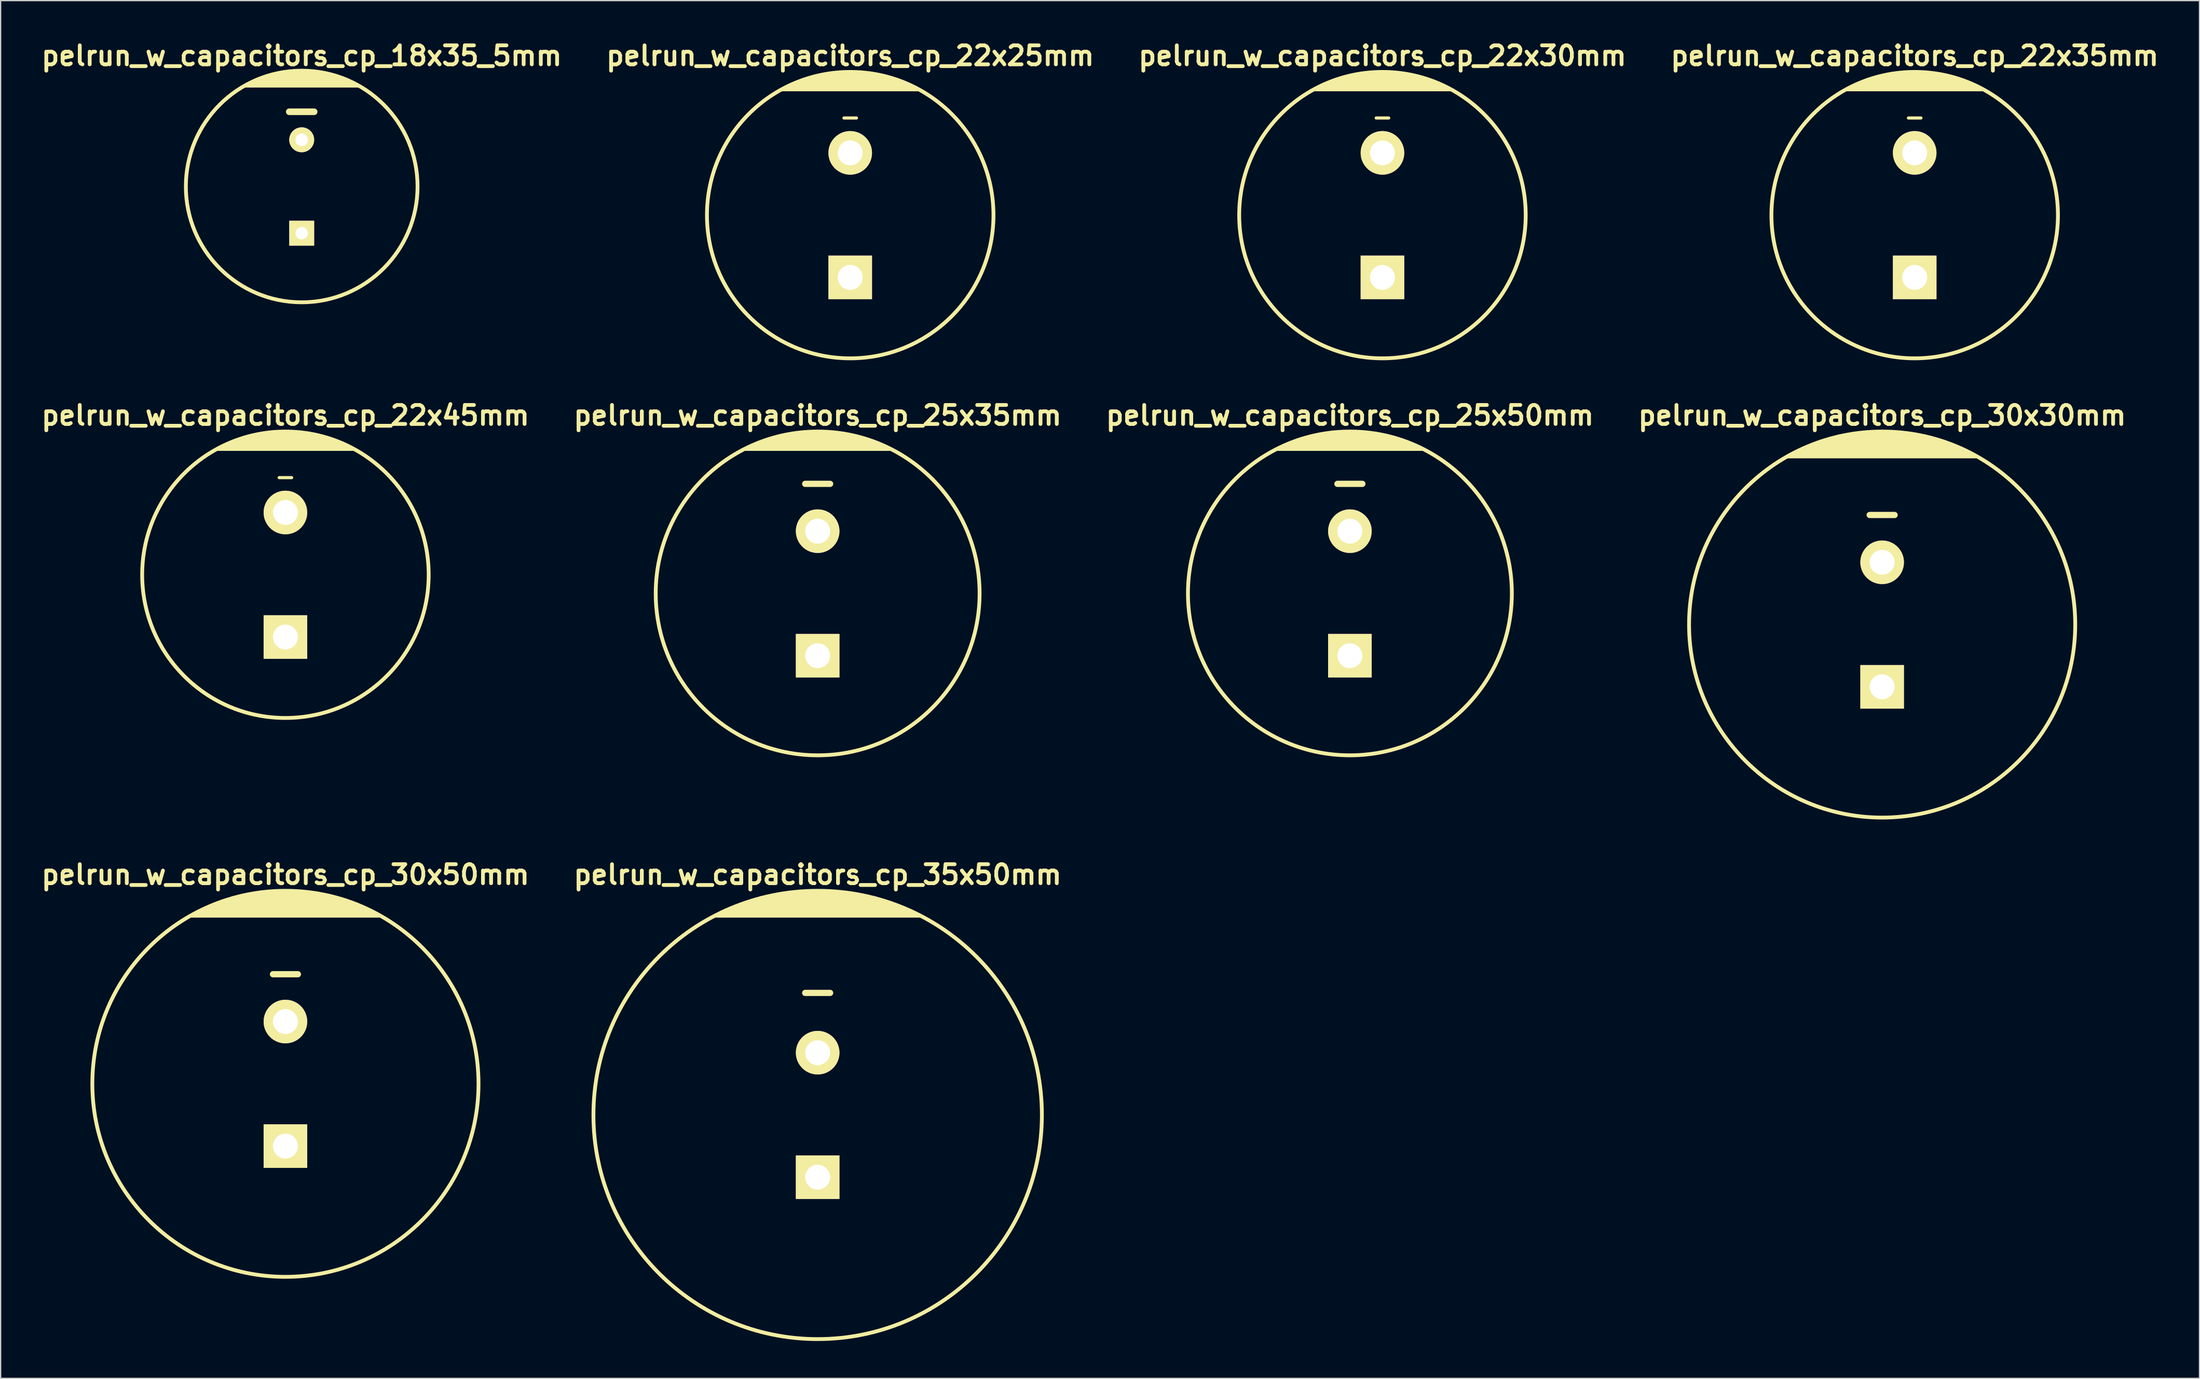
<source format=kicad_pcb>
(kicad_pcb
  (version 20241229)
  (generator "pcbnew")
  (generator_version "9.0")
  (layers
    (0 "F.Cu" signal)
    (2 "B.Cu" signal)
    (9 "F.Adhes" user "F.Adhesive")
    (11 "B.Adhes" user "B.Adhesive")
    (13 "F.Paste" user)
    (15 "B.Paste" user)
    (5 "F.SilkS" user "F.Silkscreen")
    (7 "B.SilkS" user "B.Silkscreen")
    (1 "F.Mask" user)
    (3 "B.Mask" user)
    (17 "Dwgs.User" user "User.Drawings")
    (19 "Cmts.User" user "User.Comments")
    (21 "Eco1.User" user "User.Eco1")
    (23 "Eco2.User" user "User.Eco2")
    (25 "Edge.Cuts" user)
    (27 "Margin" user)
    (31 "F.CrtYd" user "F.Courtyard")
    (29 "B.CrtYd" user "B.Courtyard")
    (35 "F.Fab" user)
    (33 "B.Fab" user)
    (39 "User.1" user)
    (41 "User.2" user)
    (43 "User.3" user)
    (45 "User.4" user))
  (footprint "pelrun_w_capacitors_cp_22x25mm"
    (layer "F.Cu")
    (at 65.201 14.226)
    (property "Reference" "pelrun_w_capacitors_cp_22x25mm" (at 0 -12.8 0) (layer "F.SilkS") (effects (font (size 1.524 1.524) (thickness 0.305))))
    (attr through_hole)
    (fp_line (start -5.4 -10.1) (end 5.4 -10.1) (stroke (width 0.305) (type solid)) (layer "F.SilkS"))
    (fp_line (start -4.5 -10.5) (end 4.5 -10.5) (stroke (width 0.305) (type solid)) (layer "F.SilkS"))
    (fp_line (start -3.5 -10.9) (end 3.5 -10.9) (stroke (width 0.305) (type solid)) (layer "F.SilkS"))
    (fp_line (start -2.9 -11.1) (end 2.9 -11.1) (stroke (width 0.305) (type solid)) (layer "F.SilkS"))
    (fp_line (start -2 -11.3) (end 2 -11.3) (stroke (width 0.305) (type solid)) (layer "F.SilkS"))
    (fp_line (start -0.5 -7.8) (end 0.5 -7.8) (stroke (width 0.254) (type solid)) (layer "F.SilkS"))
    (fp_line (start 4.1 -10.7) (end -4.1 -10.7) (stroke (width 0.305) (type solid)) (layer "F.SilkS"))
    (fp_line (start 5 -10.3) (end -5 -10.3) (stroke (width 0.305) (type solid)) (layer "F.SilkS"))
    (fp_circle (center 0 0) (end -11.5 0) (stroke (width 0.305) (type solid)) (fill no) (layer "F.SilkS"))
    (pad "1" thru_hole rect (at 0 5) (size 3.5 3.5) (drill 2) (layers "*.Cu" "*.Mask" "F.SilkS"))
    (pad "2" thru_hole circle (at 0 -5) (size 3.5 3.5) (drill 2) (layers "*.Cu" "*.Mask" "F.SilkS")))
  (footprint "pelrun_w_capacitors_cp_22x30mm"
    (layer "F.Cu")
    (at 107.927 14.226)
    (property "Reference" "pelrun_w_capacitors_cp_22x30mm" (at 0 -12.8 0) (layer "F.SilkS") (effects (font (size 1.524 1.524) (thickness 0.305))))
    (attr through_hole)
    (fp_line (start -5.4 -10.1) (end 5.4 -10.1) (stroke (width 0.305) (type solid)) (layer "F.SilkS"))
    (fp_line (start -4.5 -10.5) (end 4.5 -10.5) (stroke (width 0.305) (type solid)) (layer "F.SilkS"))
    (fp_line (start -3.5 -10.9) (end 3.5 -10.9) (stroke (width 0.305) (type solid)) (layer "F.SilkS"))
    (fp_line (start -2.9 -11.1) (end 2.9 -11.1) (stroke (width 0.305) (type solid)) (layer "F.SilkS"))
    (fp_line (start -2 -11.3) (end 2 -11.3) (stroke (width 0.305) (type solid)) (layer "F.SilkS"))
    (fp_line (start -0.5 -7.8) (end 0.5 -7.8) (stroke (width 0.254) (type solid)) (layer "F.SilkS"))
    (fp_line (start 4.1 -10.7) (end -4.1 -10.7) (stroke (width 0.305) (type solid)) (layer "F.SilkS"))
    (fp_line (start 5 -10.3) (end -5 -10.3) (stroke (width 0.305) (type solid)) (layer "F.SilkS"))
    (fp_circle (center 0 0) (end -11.5 0) (stroke (width 0.305) (type solid)) (fill no) (layer "F.SilkS"))
    (pad "1" thru_hole rect (at 0 5) (size 3.5 3.5) (drill 2) (layers "*.Cu" "*.Mask" "F.SilkS"))
    (pad "2" thru_hole circle (at 0 -5) (size 3.5 3.5) (drill 2) (layers "*.Cu" "*.Mask" "F.SilkS")))
  (footprint "pelrun_w_capacitors_cp_18x35_5mm"
    (layer "F.Cu")
    (at 21.169 11.926)
    (property "Reference" "pelrun_w_capacitors_cp_18x35_5mm" (at 0 -10.5 0) (layer "F.SilkS") (effects (font (size 1.524 1.524) (thickness 0.305))))
    (attr through_hole)
    (fp_line (start -4.5 -8.1) (end 4.5 -8.1) (stroke (width 0.305) (type solid)) (layer "F.SilkS"))
    (fp_line (start -4.1 -8.3) (end 4.1 -8.3) (stroke (width 0.305) (type solid)) (layer "F.SilkS"))
    (fp_line (start -3.2 -8.7) (end 3.2 -8.7) (stroke (width 0.305) (type solid)) (layer "F.SilkS"))
    (fp_line (start -1.8 -9.1) (end 1.8 -9.1) (stroke (width 0.305) (type solid)) (layer "F.SilkS"))
    (fp_line (start -1 -6) (end 1 -6) (stroke (width 0.53) (type solid)) (layer "F.SilkS"))
    (fp_line (start 2.6 -8.9) (end -2.6 -8.9) (stroke (width 0.305) (type solid)) (layer "F.SilkS"))
    (fp_line (start 3.7 -8.5) (end -3.7 -8.5) (stroke (width 0.305) (type solid)) (layer "F.SilkS"))
    (fp_circle (center 0 0) (end -9.3 0) (stroke (width 0.305) (type solid)) (fill no) (layer "F.SilkS"))
    (pad "1" thru_hole rect (at 0 3.75) (size 2 2) (drill 1) (layers "*.Cu" "*.Mask" "F.SilkS"))
    (pad "2" thru_hole circle (at 0 -3.75) (size 2 2) (drill 1) (layers "*.Cu" "*.Mask" "F.SilkS")))
  (footprint "pelrun_w_capacitors_cp_35x50mm"
    (layer "F.Cu")
    (at 62.588 86.484)
    (property "Reference" "pelrun_w_capacitors_cp_35x50mm" (at 0 -19.3 0) (layer "F.SilkS") (effects (font (size 1.524 1.524) (thickness 0.305))))
    (attr through_hole)
    (fp_line (start -8.2 -16) (end 8.2 -16) (stroke (width 0.305) (type solid)) (layer "F.SilkS"))
    (fp_line (start -7.8 -16.2) (end 7.8 -16.2) (stroke (width 0.305) (type solid)) (layer "F.SilkS"))
    (fp_line (start -7.4 -16.4) (end 7.4 -16.4) (stroke (width 0.305) (type solid)) (layer "F.SilkS"))
    (fp_line (start -6.9 -16.6) (end 6.9 -16.6) (stroke (width 0.305) (type solid)) (layer "F.SilkS"))
    (fp_line (start -6.4 -16.8) (end 6.4 -16.8) (stroke (width 0.305) (type solid)) (layer "F.SilkS"))
    (fp_line (start -5.9 -17) (end 5.9 -17) (stroke (width 0.305) (type solid)) (layer "F.SilkS"))
    (fp_line (start -5.2 -17.2) (end 5.2 -17.2) (stroke (width 0.305) (type solid)) (layer "F.SilkS"))
    (fp_line (start -4.6 -17.4) (end 4.6 -17.4) (stroke (width 0.305) (type solid)) (layer "F.SilkS"))
    (fp_line (start -3.7 -17.6) (end 3.7 -17.6) (stroke (width 0.305) (type solid)) (layer "F.SilkS"))
    (fp_line (start -2.6 -17.8) (end 2.6 -17.8) (stroke (width 0.305) (type solid)) (layer "F.SilkS"))
    (fp_line (start -1 -9.8) (end 1 -9.8) (stroke (width 0.5) (type solid)) (layer "F.SilkS"))
    (fp_circle (center 0 0) (end -18 0) (stroke (width 0.305) (type solid)) (fill no) (layer "F.SilkS"))
    (pad "1" thru_hole rect (at 0 5) (size 3.5 3.5) (drill 2) (layers "*.Cu" "*.Mask" "F.SilkS"))
    (pad "2" thru_hole circle (at 0 -5) (size 3.5 3.5) (drill 2) (layers "*.Cu" "*.Mask" "F.SilkS")))
  (footprint "pelrun_w_capacitors_cp_25x35mm"
    (layer "F.Cu")
    (at 62.588 44.605)
    (property "Reference" "pelrun_w_capacitors_cp_25x35mm" (at 0 -14.3 0) (layer "F.SilkS") (effects (font (size 1.524 1.524) (thickness 0.305))))
    (attr through_hole)
    (fp_line (start -5.8 -11.6) (end 5.8 -11.6) (stroke (width 0.305) (type solid)) (layer "F.SilkS"))
    (fp_line (start -4.9 -12) (end 4.9 -12) (stroke (width 0.305) (type solid)) (layer "F.SilkS"))
    (fp_line (start -3.8 -12.4) (end 3.8 -12.4) (stroke (width 0.305) (type solid)) (layer "F.SilkS"))
    (fp_line (start -2.2 -12.8) (end 2.1 -12.8) (stroke (width 0.305) (type solid)) (layer "F.SilkS"))
    (fp_line (start -1 -8.8) (end 1 -8.8) (stroke (width 0.5) (type solid)) (layer "F.SilkS"))
    (fp_line (start 3 -12.6) (end -3.1 -12.6) (stroke (width 0.305) (type solid)) (layer "F.SilkS"))
    (fp_line (start 4.4 -12.2) (end -4.4 -12.2) (stroke (width 0.305) (type solid)) (layer "F.SilkS"))
    (fp_line (start 5.4 -11.8) (end -5.3 -11.8) (stroke (width 0.305) (type solid)) (layer "F.SilkS"))
    (fp_circle (center 0 0) (end -13 0) (stroke (width 0.305) (type solid)) (fill no) (layer "F.SilkS"))
    (pad "1" thru_hole rect (at 0 5) (size 3.5 3.5) (drill 2) (layers "*.Cu" "*.Mask" "F.SilkS"))
    (pad "2" thru_hole circle (at 0 -5) (size 3.5 3.5) (drill 2) (layers "*.Cu" "*.Mask" "F.SilkS")))
  (footprint "pelrun_w_capacitors_cp_22x35mm"
    (layer "F.Cu")
    (at 150.652 14.226)
    (property "Reference" "pelrun_w_capacitors_cp_22x35mm" (at 0 -12.8 0) (layer "F.SilkS") (effects (font (size 1.524 1.524) (thickness 0.305))))
    (attr through_hole)
    (fp_line (start -5.4 -10.1) (end 5.4 -10.1) (stroke (width 0.305) (type solid)) (layer "F.SilkS"))
    (fp_line (start -4.5 -10.5) (end 4.5 -10.5) (stroke (width 0.305) (type solid)) (layer "F.SilkS"))
    (fp_line (start -3.5 -10.9) (end 3.5 -10.9) (stroke (width 0.305) (type solid)) (layer "F.SilkS"))
    (fp_line (start -2.9 -11.1) (end 2.9 -11.1) (stroke (width 0.305) (type solid)) (layer "F.SilkS"))
    (fp_line (start -2 -11.3) (end 2 -11.3) (stroke (width 0.305) (type solid)) (layer "F.SilkS"))
    (fp_line (start -0.5 -7.8) (end 0.5 -7.8) (stroke (width 0.254) (type solid)) (layer "F.SilkS"))
    (fp_line (start 4.1 -10.7) (end -4.1 -10.7) (stroke (width 0.305) (type solid)) (layer "F.SilkS"))
    (fp_line (start 5 -10.3) (end -5 -10.3) (stroke (width 0.305) (type solid)) (layer "F.SilkS"))
    (fp_circle (center 0 0) (end -11.5 0) (stroke (width 0.305) (type solid)) (fill no) (layer "F.SilkS"))
    (pad "1" thru_hole rect (at 0 5) (size 3.5 3.5) (drill 2) (layers "*.Cu" "*.Mask" "F.SilkS"))
    (pad "2" thru_hole circle (at 0 -5) (size 3.5 3.5) (drill 2) (layers "*.Cu" "*.Mask" "F.SilkS")))
  (footprint "pelrun_w_capacitors_cp_25x50mm"
    (layer "F.Cu")
    (at 105.314 44.605)
    (property "Reference" "pelrun_w_capacitors_cp_25x50mm" (at 0 -14.3 0) (layer "F.SilkS") (effects (font (size 1.524 1.524) (thickness 0.305))))
    (attr through_hole)
    (fp_line (start -5.8 -11.6) (end 5.8 -11.6) (stroke (width 0.305) (type solid)) (layer "F.SilkS"))
    (fp_line (start -4.9 -12) (end 4.9 -12) (stroke (width 0.305) (type solid)) (layer "F.SilkS"))
    (fp_line (start -3.8 -12.4) (end 3.8 -12.4) (stroke (width 0.305) (type solid)) (layer "F.SilkS"))
    (fp_line (start -2.2 -12.8) (end 2.1 -12.8) (stroke (width 0.305) (type solid)) (layer "F.SilkS"))
    (fp_line (start -1 -8.8) (end 1 -8.8) (stroke (width 0.5) (type solid)) (layer "F.SilkS"))
    (fp_line (start 3 -12.6) (end -3.1 -12.6) (stroke (width 0.305) (type solid)) (layer "F.SilkS"))
    (fp_line (start 4.4 -12.2) (end -4.4 -12.2) (stroke (width 0.305) (type solid)) (layer "F.SilkS"))
    (fp_line (start 5.4 -11.8) (end -5.3 -11.8) (stroke (width 0.305) (type solid)) (layer "F.SilkS"))
    (fp_circle (center 0 0) (end -13 0) (stroke (width 0.305) (type solid)) (fill no) (layer "F.SilkS"))
    (pad "1" thru_hole rect (at 0 5) (size 3.5 3.5) (drill 2) (layers "*.Cu" "*.Mask" "F.SilkS"))
    (pad "2" thru_hole circle (at 0 -5) (size 3.5 3.5) (drill 2) (layers "*.Cu" "*.Mask" "F.SilkS")))
  (footprint "pelrun_w_capacitors_cp_22x45mm"
    (layer "F.Cu")
    (at 19.863 43.105)
    (property "Reference" "pelrun_w_capacitors_cp_22x45mm" (at 0 -12.8 0) (layer "F.SilkS") (effects (font (size 1.524 1.524) (thickness 0.305))))
    (attr through_hole)
    (fp_line (start -5.4 -10.1) (end 5.4 -10.1) (stroke (width 0.305) (type solid)) (layer "F.SilkS"))
    (fp_line (start -4.5 -10.5) (end 4.5 -10.5) (stroke (width 0.305) (type solid)) (layer "F.SilkS"))
    (fp_line (start -3.5 -10.9) (end 3.5 -10.9) (stroke (width 0.305) (type solid)) (layer "F.SilkS"))
    (fp_line (start -2.9 -11.1) (end 2.9 -11.1) (stroke (width 0.305) (type solid)) (layer "F.SilkS"))
    (fp_line (start -2 -11.3) (end 2 -11.3) (stroke (width 0.305) (type solid)) (layer "F.SilkS"))
    (fp_line (start -0.5 -7.8) (end 0.5 -7.8) (stroke (width 0.254) (type solid)) (layer "F.SilkS"))
    (fp_line (start 4.1 -10.7) (end -4.1 -10.7) (stroke (width 0.305) (type solid)) (layer "F.SilkS"))
    (fp_line (start 5 -10.3) (end -5 -10.3) (stroke (width 0.305) (type solid)) (layer "F.SilkS"))
    (fp_circle (center 0 0) (end -11.5 0) (stroke (width 0.305) (type solid)) (fill no) (layer "F.SilkS"))
    (pad "1" thru_hole rect (at 0 5) (size 3.5 3.5) (drill 2) (layers "*.Cu" "*.Mask" "F.SilkS"))
    (pad "2" thru_hole circle (at 0 -5) (size 3.5 3.5) (drill 2) (layers "*.Cu" "*.Mask" "F.SilkS")))
  (footprint "pelrun_w_capacitors_cp_30x30mm"
    (layer "F.Cu")
    (at 148.04 47.105)
    (property "Reference" "pelrun_w_capacitors_cp_30x30mm" (at 0 -16.8 0) (layer "F.SilkS") (effects (font (size 1.524 1.524) (thickness 0.305))))
    (attr through_hole)
    (fp_line (start -7.6 -13.5) (end 7.5 -13.5) (stroke (width 0.305) (type solid)) (layer "F.SilkS"))
    (fp_line (start -6.8 -13.9) (end 6.8 -13.9) (stroke (width 0.305) (type solid)) (layer "F.SilkS"))
    (fp_line (start -6.4 -14.1) (end 6.4 -14.1) (stroke (width 0.305) (type solid)) (layer "F.SilkS"))
    (fp_line (start -5.4 -14.5) (end 5.4 -14.5) (stroke (width 0.305) (type solid)) (layer "F.SilkS"))
    (fp_line (start -4.9 -14.7) (end 4.9 -14.7) (stroke (width 0.305) (type solid)) (layer "F.SilkS"))
    (fp_line (start -4.2 -14.9) (end 4.2 -14.9) (stroke (width 0.305) (type solid)) (layer "F.SilkS"))
    (fp_line (start -3.5 -15.1) (end 3.5 -15.1) (stroke (width 0.305) (type solid)) (layer "F.SilkS"))
    (fp_line (start -2.4 -15.3) (end 2.4 -15.3) (stroke (width 0.305) (type solid)) (layer "F.SilkS"))
    (fp_line (start -1 -8.8) (end 1 -8.8) (stroke (width 0.5) (type solid)) (layer "F.SilkS"))
    (fp_line (start 5.9 -14.3) (end -5.9 -14.3) (stroke (width 0.305) (type solid)) (layer "F.SilkS"))
    (fp_line (start 7.2 -13.7) (end -7.2 -13.7) (stroke (width 0.305) (type solid)) (layer "F.SilkS"))
    (fp_circle (center 0 0) (end -15.5 0) (stroke (width 0.305) (type solid)) (fill no) (layer "F.SilkS"))
    (pad "1" thru_hole rect (at 0 5) (size 3.5 3.5) (drill 2) (layers "*.Cu" "*.Mask" "F.SilkS"))
    (pad "2" thru_hole circle (at 0 -5) (size 3.5 3.5) (drill 2) (layers "*.Cu" "*.Mask" "F.SilkS")))
  (footprint "pelrun_w_capacitors_cp_30x50mm"
    (layer "F.Cu")
    (at 19.863 83.984)
    (property "Reference" "pelrun_w_capacitors_cp_30x50mm" (at 0 -16.8 0) (layer "F.SilkS") (effects (font (size 1.524 1.524) (thickness 0.305))))
    (attr through_hole)
    (fp_line (start -7.6 -13.5) (end 7.5 -13.5) (stroke (width 0.305) (type solid)) (layer "F.SilkS"))
    (fp_line (start -6.8 -13.9) (end 6.8 -13.9) (stroke (width 0.305) (type solid)) (layer "F.SilkS"))
    (fp_line (start -6.4 -14.1) (end 6.4 -14.1) (stroke (width 0.305) (type solid)) (layer "F.SilkS"))
    (fp_line (start -5.4 -14.5) (end 5.4 -14.5) (stroke (width 0.305) (type solid)) (layer "F.SilkS"))
    (fp_line (start -4.9 -14.7) (end 4.9 -14.7) (stroke (width 0.305) (type solid)) (layer "F.SilkS"))
    (fp_line (start -4.2 -14.9) (end 4.2 -14.9) (stroke (width 0.305) (type solid)) (layer "F.SilkS"))
    (fp_line (start -3.5 -15.1) (end 3.5 -15.1) (stroke (width 0.305) (type solid)) (layer "F.SilkS"))
    (fp_line (start -2.4 -15.3) (end 2.4 -15.3) (stroke (width 0.305) (type solid)) (layer "F.SilkS"))
    (fp_line (start -1 -8.8) (end 1 -8.8) (stroke (width 0.5) (type solid)) (layer "F.SilkS"))
    (fp_line (start 5.9 -14.3) (end -5.9 -14.3) (stroke (width 0.305) (type solid)) (layer "F.SilkS"))
    (fp_line (start 7.2 -13.7) (end -7.2 -13.7) (stroke (width 0.305) (type solid)) (layer "F.SilkS"))
    (fp_circle (center 0 0) (end -15.5 0) (stroke (width 0.305) (type solid)) (fill no) (layer "F.SilkS"))
    (pad "1" thru_hole rect (at 0 5) (size 3.5 3.5) (drill 2) (layers "*.Cu" "*.Mask" "F.SilkS"))
    (pad "2" thru_hole circle (at 0 -5) (size 3.5 3.5) (drill 2) (layers "*.Cu" "*.Mask" "F.SilkS")))
  (gr_rect
    (start -3 -3)
    (end 173.515 107.637)
    (stroke (width 0.1) (type default))
    (fill no)
    (layer "Edge.Cuts")))
</source>
